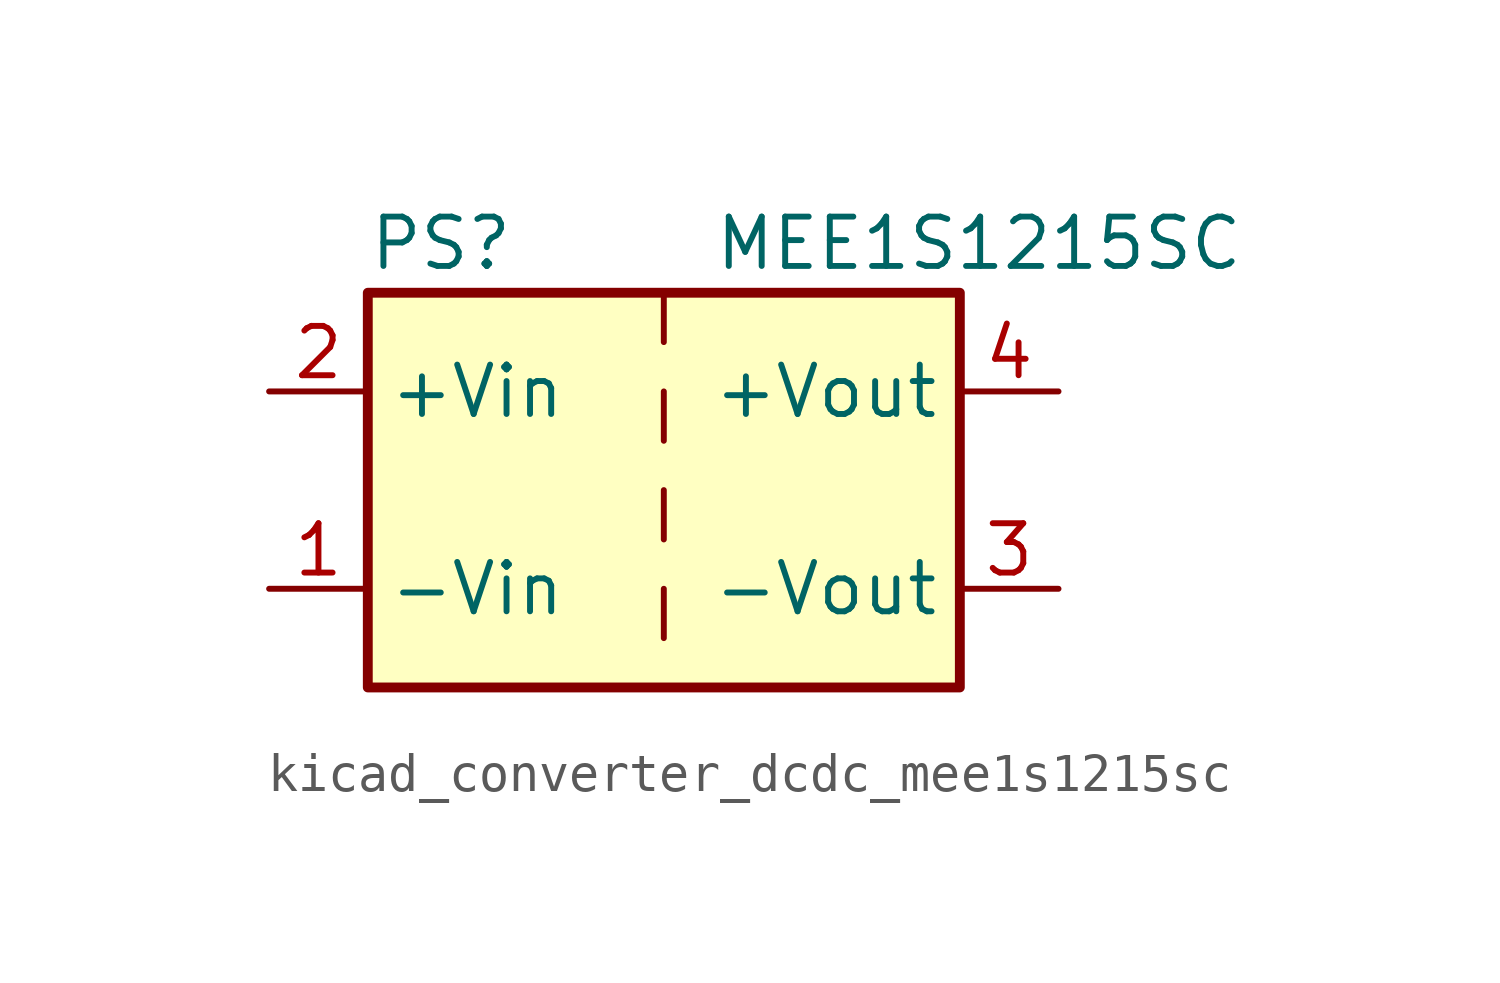
<source format=kicad_sym>
(kicad_symbol_lib
  (version 20220914)
  (generator kicad_symbol_editor)
  (symbol "kicad_converter_dcdc_mee1s1215sc"
    (property "Reference" "PS"
      (at -7.62 6.35 0)
      (effects (font (size 1.27 1.27)) (justify left)))
    (property "Value" "MEE1S1215SC"
      (at 1.27 6.35 0)
      (effects (font (size 1.27 1.27)) (justify left)))
    (symbol "kicad_converter_dcdc_mee1s1215sc_0_0"
      (pin power_in line (at -10.16 -2.54 0) (length 2.54) (name "-Vin" (effects (font (size 1.27 1.27)))) (number "1" (effects (font (size 1.27 1.27)))))
      (pin power_in line (at -10.16 2.54 0) (length 2.54) (name "+Vin" (effects (font (size 1.27 1.27)))) (number "2" (effects (font (size 1.27 1.27)))))
      (pin power_out line (at 10.16 -2.54 180) (length 2.54) (name "-Vout" (effects (font (size 1.27 1.27)))) (number "3" (effects (font (size 1.27 1.27)))))
      (pin power_out line (at 10.16 2.54 180) (length 2.54) (name "+Vout" (effects (font (size 1.27 1.27)))) (number "4" (effects (font (size 1.27 1.27))))))
    (symbol "kicad_converter_dcdc_mee1s1215sc_0_1"
      (rectangle (start -7.62 5.08) (end 7.62 -5.08) (stroke (width 0.254) (type default)) (fill (type background)))
      (polyline (pts (xy 0 -2.54) (xy 0 -3.81)) (stroke (width 0) (type default)) (fill (type none)))
      (polyline (pts (xy 0 0) (xy 0 -1.27)) (stroke (width 0) (type default)) (fill (type none)))
      (polyline (pts (xy 0 2.54) (xy 0 1.27)) (stroke (width 0) (type default)) (fill (type none)))
      (polyline (pts (xy 0 5.08) (xy 0 3.81)) (stroke (width 0) (type default)) (fill (type none))))))
</source>
